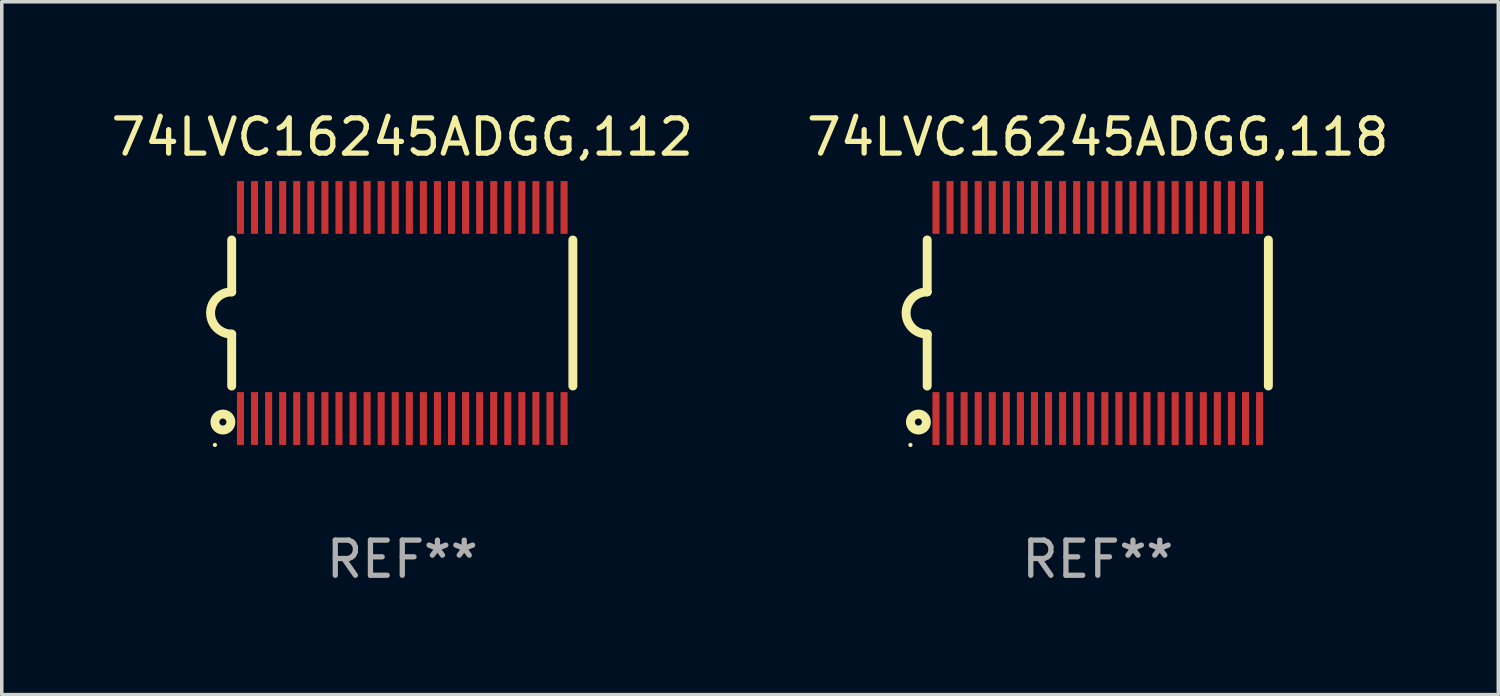
<source format=kicad_pcb>
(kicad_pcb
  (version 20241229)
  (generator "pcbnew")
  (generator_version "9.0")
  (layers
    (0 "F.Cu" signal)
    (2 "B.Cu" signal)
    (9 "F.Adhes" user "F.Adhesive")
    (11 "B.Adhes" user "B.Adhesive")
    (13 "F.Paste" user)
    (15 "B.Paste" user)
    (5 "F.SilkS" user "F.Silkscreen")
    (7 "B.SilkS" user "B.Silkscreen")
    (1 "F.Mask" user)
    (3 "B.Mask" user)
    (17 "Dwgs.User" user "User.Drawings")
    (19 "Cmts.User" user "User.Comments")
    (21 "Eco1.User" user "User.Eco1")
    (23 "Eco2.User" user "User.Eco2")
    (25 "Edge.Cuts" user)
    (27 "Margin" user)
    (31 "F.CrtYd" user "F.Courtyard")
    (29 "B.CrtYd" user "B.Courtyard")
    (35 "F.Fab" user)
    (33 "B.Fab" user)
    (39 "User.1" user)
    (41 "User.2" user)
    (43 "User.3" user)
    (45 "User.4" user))
  (footprint "74LVC16245ADGG,118"
    (layer "F.Cu")
    (at 28.161 5.849)
    (property "Reference" "74LVC16245ADGG,118" (at 0 -5.001 0) (layer "F.SilkS") (effects (font (size 1 1) (thickness 0.15))))
    (attr through_hole)
    (fp_line (start -4.85 -2.076) (end -4.85 -0.6) (stroke (width 0.254) (type solid)) (layer "F.SilkS"))
    (fp_line (start -4.85 2.076) (end -4.85 0.6) (stroke (width 0.254) (type solid)) (layer "F.SilkS"))
    (fp_line (start 4.85 -2.075) (end 4.85 2.075) (stroke (width 0.254) (type solid)) (layer "F.SilkS"))
    (fp_arc (start -4.850013 0.6) (mid -5.449099 -0.0008) (end -4.848869 -0.600457) (stroke (width 0.254001) (type solid)) (layer "F.SilkS"))
    (fp_circle (center -5.327 3.751) (end -5.297 3.751) (stroke (width 0.06) (type solid)) (fill no) (layer "F.SilkS"))
    (fp_circle (center -5.1 3.1) (end -5 3.1) (stroke (width 0.254) (type solid)) (fill no) (layer "F.SilkS"))
    (fp_text user "REF**" (at 0 7.001 0) (layer "F.Fab") (effects (font (size 1 1) (thickness 0.15))))
    (pad "1" smd rect (at -4.6 3) (size 0.2 1.5) (layers "F.Cu" "F.Mask" "F.Paste"))
    (pad "2" smd rect (at -4.2 3) (size 0.2 1.5) (layers "F.Cu" "F.Mask" "F.Paste"))
    (pad "3" smd rect (at -3.8 3) (size 0.2 1.5) (layers "F.Cu" "F.Mask" "F.Paste"))
    (pad "4" smd rect (at -3.4 3) (size 0.2 1.5) (layers "F.Cu" "F.Mask" "F.Paste"))
    (pad "5" smd rect (at -3 3.001) (size 0.2 1.5) (layers "F.Cu" "F.Mask" "F.Paste"))
    (pad "6" smd rect (at -2.6 3) (size 0.2 1.5) (layers "F.Cu" "F.Mask" "F.Paste"))
    (pad "7" smd rect (at -2.2 3) (size 0.2 1.5) (layers "F.Cu" "F.Mask" "F.Paste"))
    (pad "8" smd rect (at -1.8 3) (size 0.2 1.5) (layers "F.Cu" "F.Mask" "F.Paste"))
    (pad "9" smd rect (at -1.4 3) (size 0.2 1.5) (layers "F.Cu" "F.Mask" "F.Paste"))
    (pad "10" smd rect (at -1 3) (size 0.2 1.5) (layers "F.Cu" "F.Mask" "F.Paste"))
    (pad "11" smd rect (at -0.6 3) (size 0.2 1.5) (layers "F.Cu" "F.Mask" "F.Paste"))
    (pad "12" smd rect (at -0.2 3) (size 0.2 1.5) (layers "F.Cu" "F.Mask" "F.Paste"))
    (pad "13" smd rect (at 0.2 3) (size 0.2 1.5) (layers "F.Cu" "F.Mask" "F.Paste"))
    (pad "14" smd rect (at 0.6 3) (size 0.2 1.5) (layers "F.Cu" "F.Mask" "F.Paste"))
    (pad "15" smd rect (at 1 3) (size 0.2 1.5) (layers "F.Cu" "F.Mask" "F.Paste"))
    (pad "16" smd rect (at 1.4 3) (size 0.2 1.5) (layers "F.Cu" "F.Mask" "F.Paste"))
    (pad "17" smd rect (at 1.8 3) (size 0.2 1.5) (layers "F.Cu" "F.Mask" "F.Paste"))
    (pad "18" smd rect (at 2.2 3.001) (size 0.2 1.5) (layers "F.Cu" "F.Mask" "F.Paste"))
    (pad "19" smd rect (at 2.598 2.998) (size 0.2 1.5) (layers "F.Cu" "F.Mask" "F.Paste"))
    (pad "20" smd rect (at 3 3) (size 0.2 1.5) (layers "F.Cu" "F.Mask" "F.Paste"))
    (pad "21" smd rect (at 3.4 3) (size 0.2 1.5) (layers "F.Cu" "F.Mask" "F.Paste"))
    (pad "22" smd rect (at 3.8 2.998) (size 0.2 1.5) (layers "F.Cu" "F.Mask" "F.Paste"))
    (pad "23" smd rect (at 4.2 3) (size 0.2 1.5) (layers "F.Cu" "F.Mask" "F.Paste"))
    (pad "24" smd rect (at 4.6 3) (size 0.2 1.5) (layers "F.Cu" "F.Mask" "F.Paste"))
    (pad "25" smd rect (at 4.6 -3) (size 0.2 1.5) (layers "F.Cu" "F.Mask" "F.Paste"))
    (pad "26" smd rect (at 4.2 -3) (size 0.2 1.5) (layers "F.Cu" "F.Mask" "F.Paste"))
    (pad "27" smd rect (at 3.8 -3) (size 0.2 1.5) (layers "F.Cu" "F.Mask" "F.Paste"))
    (pad "28" smd rect (at 3.4 -3) (size 0.2 1.5) (layers "F.Cu" "F.Mask" "F.Paste"))
    (pad "29" smd rect (at 3 -3) (size 0.2 1.5) (layers "F.Cu" "F.Mask" "F.Paste"))
    (pad "30" smd rect (at 2.6 -3) (size 0.2 1.5) (layers "F.Cu" "F.Mask" "F.Paste"))
    (pad "31" smd rect (at 2.2 -3) (size 0.2 1.5) (layers "F.Cu" "F.Mask" "F.Paste"))
    (pad "32" smd rect (at 1.8 -3) (size 0.2 1.5) (layers "F.Cu" "F.Mask" "F.Paste"))
    (pad "33" smd rect (at 1.4 -3) (size 0.2 1.5) (layers "F.Cu" "F.Mask" "F.Paste"))
    (pad "34" smd rect (at 1 -3) (size 0.2 1.5) (layers "F.Cu" "F.Mask" "F.Paste"))
    (pad "35" smd rect (at 0.6 -3) (size 0.2 1.5) (layers "F.Cu" "F.Mask" "F.Paste"))
    (pad "36" smd rect (at 0.201 -3.001) (size 0.2 1.5) (layers "F.Cu" "F.Mask" "F.Paste"))
    (pad "37" smd rect (at -0.2 -3) (size 0.2 1.5) (layers "F.Cu" "F.Mask" "F.Paste"))
    (pad "38" smd rect (at -0.6 -3) (size 0.2 1.5) (layers "F.Cu" "F.Mask" "F.Paste"))
    (pad "39" smd rect (at -1 -3) (size 0.2 1.5) (layers "F.Cu" "F.Mask" "F.Paste"))
    (pad "40" smd rect (at -1.4 -3) (size 0.2 1.5) (layers "F.Cu" "F.Mask" "F.Paste"))
    (pad "41" smd rect (at -1.8 -3) (size 0.2 1.5) (layers "F.Cu" "F.Mask" "F.Paste"))
    (pad "42" smd rect (at -2.2 -3) (size 0.2 1.5) (layers "F.Cu" "F.Mask" "F.Paste"))
    (pad "43" smd rect (at -2.6 -3) (size 0.2 1.5) (layers "F.Cu" "F.Mask" "F.Paste"))
    (pad "44" smd rect (at -3 -3) (size 0.2 1.5) (layers "F.Cu" "F.Mask" "F.Paste"))
    (pad "45" smd rect (at -3.4 -3) (size 0.2 1.5) (layers "F.Cu" "F.Mask" "F.Paste"))
    (pad "46" smd rect (at -3.8 -3) (size 0.2 1.5) (layers "F.Cu" "F.Mask" "F.Paste"))
    (pad "47" smd rect (at -4.2 -3) (size 0.2 1.5) (layers "F.Cu" "F.Mask" "F.Paste"))
    (pad "48" smd rect (at -4.6 -3) (size 0.2 1.5) (layers "F.Cu" "F.Mask" "F.Paste")))
  (footprint "74LVC16245ADGG,112"
    (layer "F.Cu")
    (at 8.387 5.849)
    (property "Reference" "74LVC16245ADGG,112" (at 0 -5.001 0) (layer "F.SilkS") (effects (font (size 1 1) (thickness 0.15))))
    (attr through_hole)
    (fp_line (start -4.85 -2.076) (end -4.85 -0.6) (stroke (width 0.254) (type solid)) (layer "F.SilkS"))
    (fp_line (start -4.85 2.076) (end -4.85 0.6) (stroke (width 0.254) (type solid)) (layer "F.SilkS"))
    (fp_line (start 4.85 -2.075) (end 4.85 2.075) (stroke (width 0.254) (type solid)) (layer "F.SilkS"))
    (fp_arc (start -4.850013 0.6) (mid -5.449099 -0.0008) (end -4.848869 -0.600457) (stroke (width 0.254001) (type solid)) (layer "F.SilkS"))
    (fp_circle (center -5.327 3.751) (end -5.297 3.751) (stroke (width 0.06) (type solid)) (fill no) (layer "F.SilkS"))
    (fp_circle (center -5.1 3.1) (end -5 3.1) (stroke (width 0.254) (type solid)) (fill no) (layer "F.SilkS"))
    (fp_text user "REF**" (at 0 7.001 0) (layer "F.Fab") (effects (font (size 1 1) (thickness 0.15))))
    (pad "1" smd rect (at -4.6 3) (size 0.2 1.5) (layers "F.Cu" "F.Mask" "F.Paste"))
    (pad "2" smd rect (at -4.2 3) (size 0.2 1.5) (layers "F.Cu" "F.Mask" "F.Paste"))
    (pad "3" smd rect (at -3.8 3) (size 0.2 1.5) (layers "F.Cu" "F.Mask" "F.Paste"))
    (pad "4" smd rect (at -3.4 3) (size 0.2 1.5) (layers "F.Cu" "F.Mask" "F.Paste"))
    (pad "5" smd rect (at -3 3.001) (size 0.2 1.5) (layers "F.Cu" "F.Mask" "F.Paste"))
    (pad "6" smd rect (at -2.6 3) (size 0.2 1.5) (layers "F.Cu" "F.Mask" "F.Paste"))
    (pad "7" smd rect (at -2.2 3) (size 0.2 1.5) (layers "F.Cu" "F.Mask" "F.Paste"))
    (pad "8" smd rect (at -1.8 3) (size 0.2 1.5) (layers "F.Cu" "F.Mask" "F.Paste"))
    (pad "9" smd rect (at -1.4 3) (size 0.2 1.5) (layers "F.Cu" "F.Mask" "F.Paste"))
    (pad "10" smd rect (at -1 3) (size 0.2 1.5) (layers "F.Cu" "F.Mask" "F.Paste"))
    (pad "11" smd rect (at -0.6 3) (size 0.2 1.5) (layers "F.Cu" "F.Mask" "F.Paste"))
    (pad "12" smd rect (at -0.2 3) (size 0.2 1.5) (layers "F.Cu" "F.Mask" "F.Paste"))
    (pad "13" smd rect (at 0.2 3) (size 0.2 1.5) (layers "F.Cu" "F.Mask" "F.Paste"))
    (pad "14" smd rect (at 0.6 3) (size 0.2 1.5) (layers "F.Cu" "F.Mask" "F.Paste"))
    (pad "15" smd rect (at 1 3) (size 0.2 1.5) (layers "F.Cu" "F.Mask" "F.Paste"))
    (pad "16" smd rect (at 1.4 3) (size 0.2 1.5) (layers "F.Cu" "F.Mask" "F.Paste"))
    (pad "17" smd rect (at 1.8 3) (size 0.2 1.5) (layers "F.Cu" "F.Mask" "F.Paste"))
    (pad "18" smd rect (at 2.2 3.001) (size 0.2 1.5) (layers "F.Cu" "F.Mask" "F.Paste"))
    (pad "19" smd rect (at 2.598 2.998) (size 0.2 1.5) (layers "F.Cu" "F.Mask" "F.Paste"))
    (pad "20" smd rect (at 3 3) (size 0.2 1.5) (layers "F.Cu" "F.Mask" "F.Paste"))
    (pad "21" smd rect (at 3.4 3) (size 0.2 1.5) (layers "F.Cu" "F.Mask" "F.Paste"))
    (pad "22" smd rect (at 3.8 2.998) (size 0.2 1.5) (layers "F.Cu" "F.Mask" "F.Paste"))
    (pad "23" smd rect (at 4.2 3) (size 0.2 1.5) (layers "F.Cu" "F.Mask" "F.Paste"))
    (pad "24" smd rect (at 4.6 3) (size 0.2 1.5) (layers "F.Cu" "F.Mask" "F.Paste"))
    (pad "25" smd rect (at 4.6 -3) (size 0.2 1.5) (layers "F.Cu" "F.Mask" "F.Paste"))
    (pad "26" smd rect (at 4.2 -3) (size 0.2 1.5) (layers "F.Cu" "F.Mask" "F.Paste"))
    (pad "27" smd rect (at 3.8 -3) (size 0.2 1.5) (layers "F.Cu" "F.Mask" "F.Paste"))
    (pad "28" smd rect (at 3.4 -3) (size 0.2 1.5) (layers "F.Cu" "F.Mask" "F.Paste"))
    (pad "29" smd rect (at 3 -3) (size 0.2 1.5) (layers "F.Cu" "F.Mask" "F.Paste"))
    (pad "30" smd rect (at 2.6 -3) (size 0.2 1.5) (layers "F.Cu" "F.Mask" "F.Paste"))
    (pad "31" smd rect (at 2.2 -3) (size 0.2 1.5) (layers "F.Cu" "F.Mask" "F.Paste"))
    (pad "32" smd rect (at 1.8 -3) (size 0.2 1.5) (layers "F.Cu" "F.Mask" "F.Paste"))
    (pad "33" smd rect (at 1.4 -3) (size 0.2 1.5) (layers "F.Cu" "F.Mask" "F.Paste"))
    (pad "34" smd rect (at 1 -3) (size 0.2 1.5) (layers "F.Cu" "F.Mask" "F.Paste"))
    (pad "35" smd rect (at 0.6 -3) (size 0.2 1.5) (layers "F.Cu" "F.Mask" "F.Paste"))
    (pad "36" smd rect (at 0.201 -3.001) (size 0.2 1.5) (layers "F.Cu" "F.Mask" "F.Paste"))
    (pad "37" smd rect (at -0.2 -3) (size 0.2 1.5) (layers "F.Cu" "F.Mask" "F.Paste"))
    (pad "38" smd rect (at -0.6 -3) (size 0.2 1.5) (layers "F.Cu" "F.Mask" "F.Paste"))
    (pad "39" smd rect (at -1 -3) (size 0.2 1.5) (layers "F.Cu" "F.Mask" "F.Paste"))
    (pad "40" smd rect (at -1.4 -3) (size 0.2 1.5) (layers "F.Cu" "F.Mask" "F.Paste"))
    (pad "41" smd rect (at -1.8 -3) (size 0.2 1.5) (layers "F.Cu" "F.Mask" "F.Paste"))
    (pad "42" smd rect (at -2.2 -3) (size 0.2 1.5) (layers "F.Cu" "F.Mask" "F.Paste"))
    (pad "43" smd rect (at -2.6 -3) (size 0.2 1.5) (layers "F.Cu" "F.Mask" "F.Paste"))
    (pad "44" smd rect (at -3 -3) (size 0.2 1.5) (layers "F.Cu" "F.Mask" "F.Paste"))
    (pad "45" smd rect (at -3.4 -3) (size 0.2 1.5) (layers "F.Cu" "F.Mask" "F.Paste"))
    (pad "46" smd rect (at -3.8 -3) (size 0.2 1.5) (layers "F.Cu" "F.Mask" "F.Paste"))
    (pad "47" smd rect (at -4.2 -3) (size 0.2 1.5) (layers "F.Cu" "F.Mask" "F.Paste"))
    (pad "48" smd rect (at -4.6 -3) (size 0.2 1.5) (layers "F.Cu" "F.Mask" "F.Paste")))
  (gr_rect
    (start -3 -3)
    (end 39.548 16.699)
    (stroke (width 0.1) (type default))
    (fill no)
    (layer "Edge.Cuts")))
</source>
